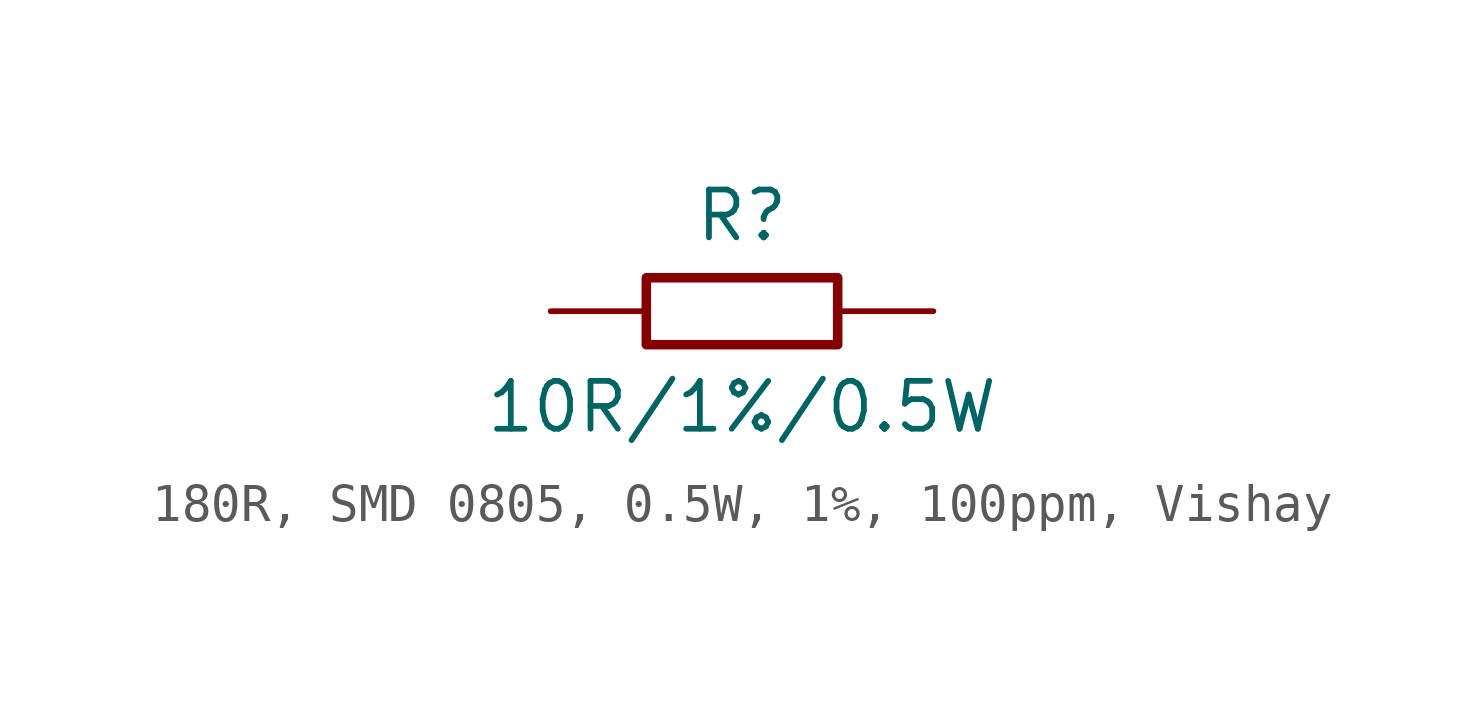
<source format=kicad_sym>
(kicad_symbol_lib
  (version 20241209)
  (generator "kicad_symbol_editor")
  (generator_version "9.0")
  (symbol "180R, SMD 0805, 0.5W, 1%, 100ppm, Vishay"
    (pin_numbers
      (hide yes))
    (pin_names
      (offset 0)
      (hide yes))
    (property "Reference" "R"
      (at 0 2.54 0)
      (effects (font (size 1.27 1.27))))
    (property "Value" "10R/1%/0.5W"
      (at 0 -2.54 0)
      (effects (font (size 1.27 1.27))))
    (symbol "180R, SMD 0805, 0.5W, 1%, 100ppm, Vishay_0_1"
      (rectangle (start -2.54 0.889) (end 2.54 -0.889) (stroke (width 0.254) (type default)) (fill (type none))))
    (symbol "180R, SMD 0805, 0.5W, 1%, 100ppm, Vishay_1_1"
      (pin passive line (at -5.08 0 0) (length 2.54) (name "1" (effects (font (size 1.27 1.27)))) (number "1" (effects (font (size 1.27 1.27)))))
      (pin passive line (at 5.08 0 180) (length 2.54) (name "2" (effects (font (size 1.27 1.27)))) (number "2" (effects (font (size 1.27 1.27))))))))
</source>
